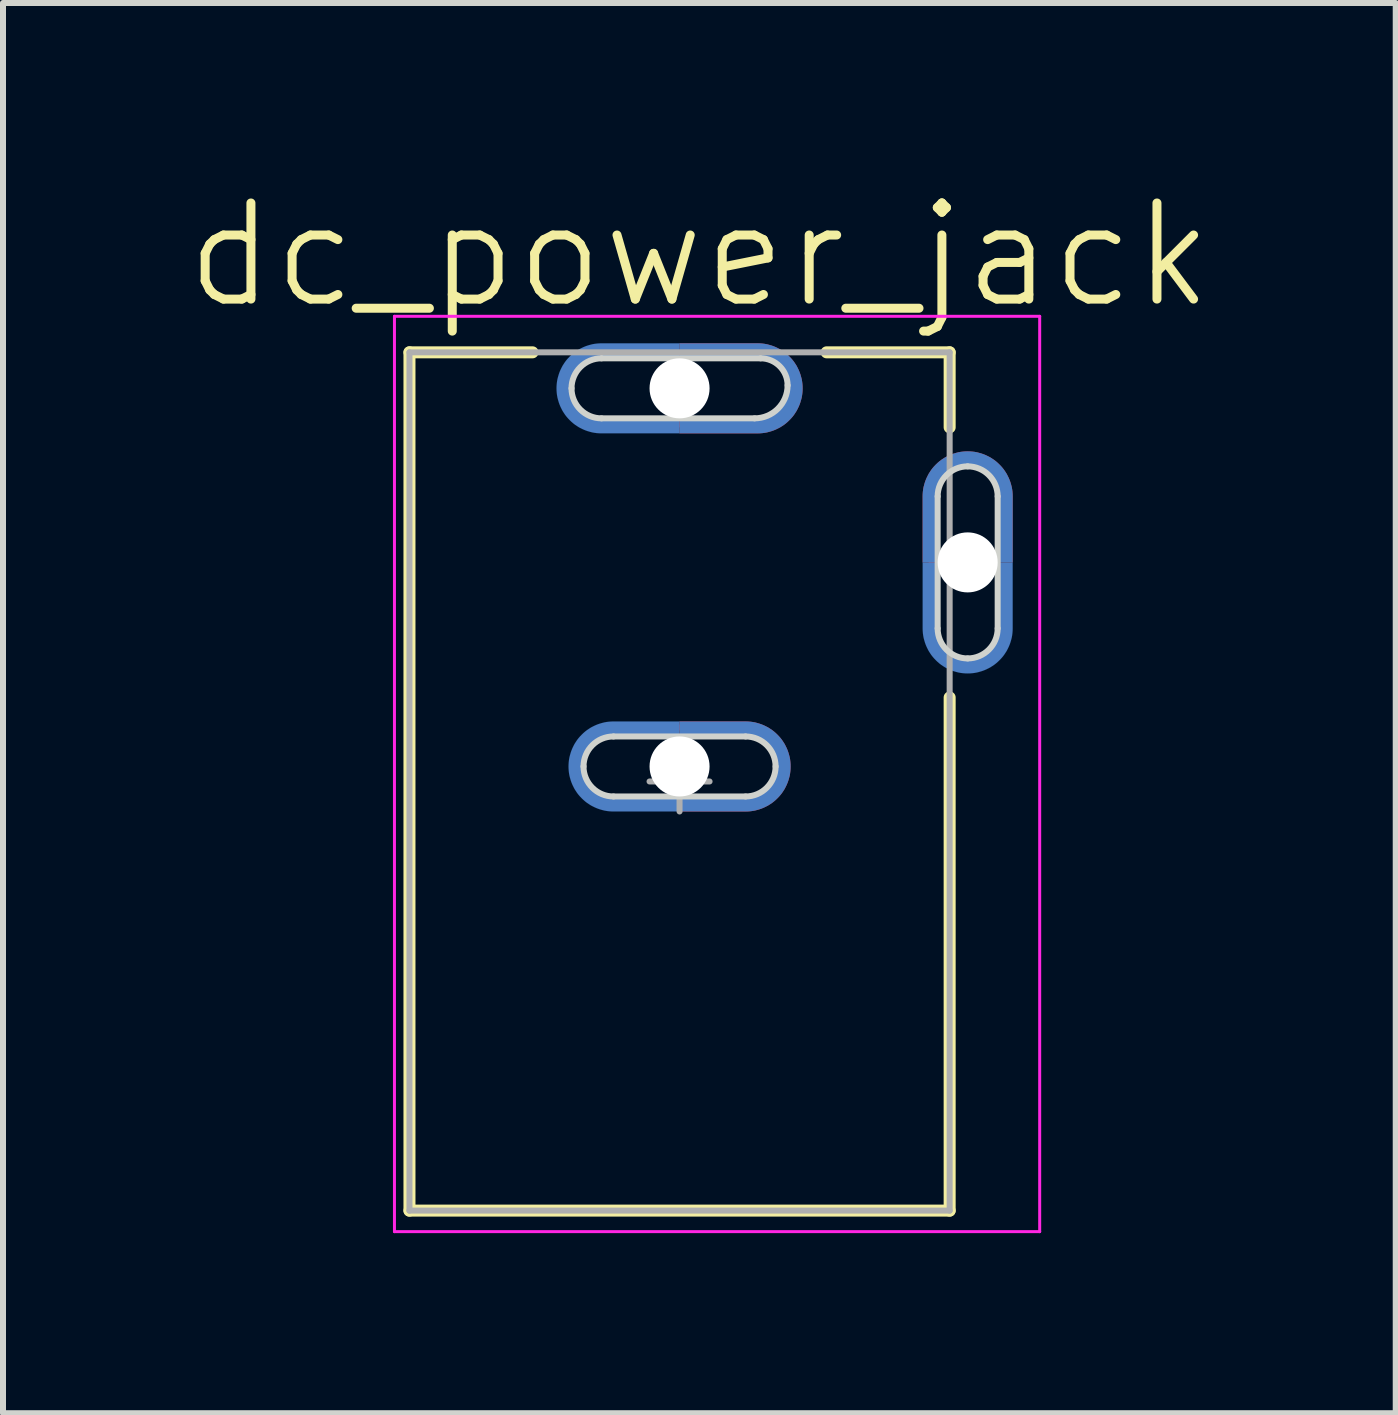
<source format=kicad_pcb>
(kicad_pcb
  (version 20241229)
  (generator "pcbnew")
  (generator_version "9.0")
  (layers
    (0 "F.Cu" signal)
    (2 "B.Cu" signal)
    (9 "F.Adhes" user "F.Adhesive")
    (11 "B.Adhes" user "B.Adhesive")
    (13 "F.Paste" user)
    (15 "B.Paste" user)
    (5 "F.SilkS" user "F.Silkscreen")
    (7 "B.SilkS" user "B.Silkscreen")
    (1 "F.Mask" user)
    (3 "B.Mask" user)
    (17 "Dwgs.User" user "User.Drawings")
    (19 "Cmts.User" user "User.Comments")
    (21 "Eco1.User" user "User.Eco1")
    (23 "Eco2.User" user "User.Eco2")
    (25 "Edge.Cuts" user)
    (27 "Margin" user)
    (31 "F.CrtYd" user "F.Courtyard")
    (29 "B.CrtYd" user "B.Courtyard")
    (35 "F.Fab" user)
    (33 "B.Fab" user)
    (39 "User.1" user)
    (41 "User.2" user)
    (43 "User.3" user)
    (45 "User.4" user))
  (footprint "dc_power_jack"
    (layer "F.Cu")
    (at 8.272 9.97)
    (property "Reference" "dc_power_jack" (at 0.33 -8.77 0) (layer "F.SilkS") (effects (font (size 1.601 1.601) (thickness 0.15))))
    (attr through_hole)
    (fp_poly (pts (xy -2.152 -7.4) (xy 2.15 -7.4) (xy 2.15 -5.706) (xy -2.152 -5.706)) (stroke (width 0.01) (type solid)) (fill yes) (layer "F.Mask"))
    (fp_poly (pts (xy -1.951 -1.1) (xy 1.95 -1.1) (xy 1.95 0.6) (xy -1.951 0.6)) (stroke (width 0.01) (type solid)) (fill yes) (layer "F.Mask"))
    (fp_poly (pts (xy 2.855 -4.5) (xy 6.75 -4.5) (xy 6.75 -2.804) (xy 2.855 -2.804)) (stroke (width 0.01) (type solid)) (fill yes) (layer "F.Mask"))
    (fp_poly (pts (xy 0 -7.05) (xy 0 -7.3) (xy -1.3 -7.3) (xy -1.339 -7.299) (xy -1.378 -7.296) (xy -1.417 -7.291) (xy -1.456 -7.284) (xy -1.494 -7.274) (xy -1.532 -7.263) (xy -1.569 -7.25) (xy -1.605 -7.235) (xy -1.64 -7.218) (xy -1.675 -7.2) (xy -1.708 -7.179) (xy -1.741 -7.157) (xy -1.772 -7.133) (xy -1.802 -7.107) (xy -1.83 -7.08) (xy -1.857 -7.052) (xy -1.883 -7.022) (xy -1.907 -6.991) (xy -1.929 -6.958) (xy -1.95 -6.925) (xy -1.968 -6.89) (xy -1.985 -6.855) (xy -2 -6.819) (xy -2.013 -6.782) (xy -2.024 -6.744) (xy -2.034 -6.706) (xy -2.041 -6.667) (xy -2.046 -6.628) (xy -2.049 -6.589) (xy -2.05 -6.55) (xy -2.049 -6.511) (xy -2.046 -6.472) (xy -2.041 -6.433) (xy -2.034 -6.394) (xy -2.024 -6.356) (xy -2.013 -6.318) (xy -2 -6.281) (xy -1.985 -6.245) (xy -1.968 -6.21) (xy -1.95 -6.175) (xy -1.929 -6.142) (xy -1.907 -6.109) (xy -1.883 -6.078) (xy -1.857 -6.048) (xy -1.83 -6.02) (xy -1.802 -5.993) (xy -1.772 -5.967) (xy -1.741 -5.943) (xy -1.708 -5.921) (xy -1.675 -5.9) (xy -1.64 -5.882) (xy -1.605 -5.865) (xy -1.569 -5.85) (xy -1.532 -5.837) (xy -1.494 -5.826) (xy -1.456 -5.816) (xy -1.417 -5.809) (xy -1.378 -5.804) (xy -1.339 -5.801) (xy -1.3 -5.8) (xy 0 -5.8) (xy 0 -6.05) (xy -1.3 -6.05) (xy -1.326 -6.051) (xy -1.352 -6.053) (xy -1.378 -6.056) (xy -1.404 -6.061) (xy -1.429 -6.067) (xy -1.455 -6.074) (xy -1.479 -6.083) (xy -1.503 -6.093) (xy -1.527 -6.104) (xy -1.55 -6.117) (xy -1.572 -6.131) (xy -1.594 -6.145) (xy -1.615 -6.161) (xy -1.635 -6.178) (xy -1.654 -6.196) (xy -1.672 -6.215) (xy -1.689 -6.235) (xy -1.705 -6.256) (xy -1.719 -6.278) (xy -1.733 -6.3) (xy -1.746 -6.323) (xy -1.757 -6.347) (xy -1.767 -6.371) (xy -1.776 -6.395) (xy -1.783 -6.421) (xy -1.789 -6.446) (xy -1.794 -6.472) (xy -1.797 -6.498) (xy -1.799 -6.524) (xy -1.8 -6.55) (xy -1.799 -6.576) (xy -1.797 -6.602) (xy -1.794 -6.628) (xy -1.789 -6.654) (xy -1.783 -6.679) (xy -1.776 -6.705) (xy -1.767 -6.729) (xy -1.757 -6.753) (xy -1.746 -6.777) (xy -1.733 -6.8) (xy -1.719 -6.822) (xy -1.705 -6.844) (xy -1.689 -6.865) (xy -1.672 -6.885) (xy -1.654 -6.904) (xy -1.635 -6.922) (xy -1.615 -6.939) (xy -1.594 -6.955) (xy -1.572 -6.969) (xy -1.55 -6.983) (xy -1.527 -6.996) (xy -1.503 -7.007) (xy -1.479 -7.017) (xy -1.455 -7.026) (xy -1.429 -7.033) (xy -1.404 -7.039) (xy -1.378 -7.044) (xy -1.352 -7.047) (xy -1.326 -7.049) (xy -1.3 -7.05) (xy 0 -7.05)) (stroke (width 0.001) (type solid)) (fill yes) (layer "B.Cu"))
    (fp_poly (pts (xy 0 -6.05) (xy 0 -5.8) (xy 1.3 -5.8) (xy 1.339 -5.801) (xy 1.378 -5.804) (xy 1.417 -5.809) (xy 1.456 -5.816) (xy 1.494 -5.826) (xy 1.532 -5.837) (xy 1.569 -5.85) (xy 1.605 -5.865) (xy 1.64 -5.882) (xy 1.675 -5.9) (xy 1.708 -5.921) (xy 1.741 -5.943) (xy 1.772 -5.967) (xy 1.802 -5.993) (xy 1.83 -6.02) (xy 1.857 -6.048) (xy 1.883 -6.078) (xy 1.907 -6.109) (xy 1.929 -6.142) (xy 1.95 -6.175) (xy 1.968 -6.21) (xy 1.985 -6.245) (xy 2 -6.281) (xy 2.013 -6.318) (xy 2.024 -6.356) (xy 2.034 -6.394) (xy 2.041 -6.433) (xy 2.046 -6.472) (xy 2.049 -6.511) (xy 2.05 -6.55) (xy 2.049 -6.589) (xy 2.046 -6.628) (xy 2.041 -6.667) (xy 2.034 -6.706) (xy 2.024 -6.744) (xy 2.013 -6.782) (xy 2 -6.819) (xy 1.985 -6.855) (xy 1.968 -6.89) (xy 1.95 -6.925) (xy 1.929 -6.958) (xy 1.907 -6.991) (xy 1.883 -7.022) (xy 1.857 -7.052) (xy 1.83 -7.08) (xy 1.802 -7.107) (xy 1.772 -7.133) (xy 1.741 -7.157) (xy 1.708 -7.179) (xy 1.675 -7.2) (xy 1.64 -7.218) (xy 1.605 -7.235) (xy 1.569 -7.25) (xy 1.532 -7.263) (xy 1.494 -7.274) (xy 1.456 -7.284) (xy 1.417 -7.291) (xy 1.378 -7.296) (xy 1.339 -7.299) (xy 1.3 -7.3) (xy 0 -7.3) (xy 0 -7.05) (xy 1.3 -7.05) (xy 1.326 -7.049) (xy 1.352 -7.047) (xy 1.378 -7.044) (xy 1.404 -7.039) (xy 1.429 -7.033) (xy 1.455 -7.026) (xy 1.479 -7.017) (xy 1.503 -7.007) (xy 1.527 -6.996) (xy 1.55 -6.983) (xy 1.572 -6.969) (xy 1.594 -6.955) (xy 1.615 -6.939) (xy 1.635 -6.922) (xy 1.654 -6.904) (xy 1.672 -6.885) (xy 1.689 -6.865) (xy 1.705 -6.844) (xy 1.719 -6.822) (xy 1.733 -6.8) (xy 1.746 -6.777) (xy 1.757 -6.753) (xy 1.767 -6.729) (xy 1.776 -6.705) (xy 1.783 -6.679) (xy 1.789 -6.654) (xy 1.794 -6.628) (xy 1.797 -6.602) (xy 1.799 -6.576) (xy 1.8 -6.55) (xy 1.799 -6.524) (xy 1.797 -6.498) (xy 1.794 -6.472) (xy 1.789 -6.446) (xy 1.783 -6.421) (xy 1.776 -6.395) (xy 1.767 -6.371) (xy 1.757 -6.347) (xy 1.746 -6.323) (xy 1.733 -6.3) (xy 1.719 -6.278) (xy 1.705 -6.256) (xy 1.689 -6.235) (xy 1.672 -6.215) (xy 1.654 -6.196) (xy 1.635 -6.178) (xy 1.615 -6.161) (xy 1.594 -6.145) (xy 1.572 -6.131) (xy 1.55 -6.117) (xy 1.527 -6.104) (xy 1.503 -6.093) (xy 1.479 -6.083) (xy 1.455 -6.074) (xy 1.429 -6.067) (xy 1.404 -6.061) (xy 1.378 -6.056) (xy 1.352 -6.053) (xy 1.326 -6.051) (xy 1.3 -6.05) (xy 0 -6.05)) (stroke (width 0.001) (type solid)) (fill yes) (layer "B.Cu"))
    (fp_poly (pts (xy 0 -0.75) (xy 0 -1) (xy -1.1 -1) (xy -1.139 -0.999) (xy -1.178 -0.996) (xy -1.217 -0.991) (xy -1.256 -0.984) (xy -1.294 -0.974) (xy -1.332 -0.963) (xy -1.369 -0.95) (xy -1.405 -0.935) (xy -1.44 -0.918) (xy -1.475 -0.9) (xy -1.508 -0.879) (xy -1.541 -0.857) (xy -1.572 -0.833) (xy -1.602 -0.807) (xy -1.63 -0.78) (xy -1.657 -0.752) (xy -1.683 -0.722) (xy -1.707 -0.691) (xy -1.729 -0.658) (xy -1.75 -0.625) (xy -1.768 -0.59) (xy -1.785 -0.555) (xy -1.8 -0.519) (xy -1.813 -0.482) (xy -1.824 -0.444) (xy -1.834 -0.406) (xy -1.841 -0.367) (xy -1.846 -0.328) (xy -1.849 -0.289) (xy -1.85 -0.25) (xy -1.849 -0.211) (xy -1.846 -0.172) (xy -1.841 -0.133) (xy -1.834 -0.094) (xy -1.824 -0.056) (xy -1.813 -0.018) (xy -1.8 0.019) (xy -1.785 0.055) (xy -1.768 0.09) (xy -1.75 0.125) (xy -1.729 0.158) (xy -1.707 0.191) (xy -1.683 0.222) (xy -1.657 0.252) (xy -1.63 0.28) (xy -1.602 0.307) (xy -1.572 0.333) (xy -1.541 0.357) (xy -1.508 0.379) (xy -1.475 0.4) (xy -1.44 0.418) (xy -1.405 0.435) (xy -1.369 0.45) (xy -1.332 0.463) (xy -1.294 0.474) (xy -1.256 0.484) (xy -1.217 0.491) (xy -1.178 0.496) (xy -1.139 0.499) (xy -1.1 0.5) (xy 0 0.5) (xy 0 0.25) (xy -1.1 0.25) (xy -1.126 0.249) (xy -1.152 0.247) (xy -1.178 0.244) (xy -1.204 0.239) (xy -1.229 0.233) (xy -1.255 0.226) (xy -1.279 0.217) (xy -1.303 0.207) (xy -1.327 0.196) (xy -1.35 0.183) (xy -1.372 0.169) (xy -1.394 0.155) (xy -1.415 0.139) (xy -1.435 0.122) (xy -1.454 0.104) (xy -1.472 0.085) (xy -1.489 0.065) (xy -1.505 0.044) (xy -1.519 0.022) (xy -1.533 0) (xy -1.546 -0.023) (xy -1.557 -0.047) (xy -1.567 -0.071) (xy -1.576 -0.095) (xy -1.583 -0.121) (xy -1.589 -0.146) (xy -1.594 -0.172) (xy -1.597 -0.198) (xy -1.599 -0.224) (xy -1.6 -0.25) (xy -1.599 -0.276) (xy -1.597 -0.302) (xy -1.594 -0.328) (xy -1.589 -0.354) (xy -1.583 -0.379) (xy -1.576 -0.405) (xy -1.567 -0.429) (xy -1.557 -0.453) (xy -1.546 -0.477) (xy -1.533 -0.5) (xy -1.519 -0.522) (xy -1.505 -0.544) (xy -1.489 -0.565) (xy -1.472 -0.585) (xy -1.454 -0.604) (xy -1.435 -0.622) (xy -1.415 -0.639) (xy -1.394 -0.655) (xy -1.372 -0.669) (xy -1.35 -0.683) (xy -1.327 -0.696) (xy -1.303 -0.707) (xy -1.279 -0.717) (xy -1.255 -0.726) (xy -1.229 -0.733) (xy -1.204 -0.739) (xy -1.178 -0.744) (xy -1.152 -0.747) (xy -1.126 -0.749) (xy -1.1 -0.75) (xy 0 -0.75)) (stroke (width 0.001) (type solid)) (fill yes) (layer "B.Cu"))
    (fp_poly (pts (xy 0 0.25) (xy 0 0.5) (xy 1.1 0.5) (xy 1.139 0.499) (xy 1.178 0.496) (xy 1.217 0.491) (xy 1.256 0.484) (xy 1.294 0.474) (xy 1.332 0.463) (xy 1.369 0.45) (xy 1.405 0.435) (xy 1.44 0.418) (xy 1.475 0.4) (xy 1.508 0.379) (xy 1.541 0.357) (xy 1.572 0.333) (xy 1.602 0.307) (xy 1.63 0.28) (xy 1.657 0.252) (xy 1.683 0.222) (xy 1.707 0.191) (xy 1.729 0.158) (xy 1.75 0.125) (xy 1.768 0.09) (xy 1.785 0.055) (xy 1.8 0.019) (xy 1.813 -0.018) (xy 1.824 -0.056) (xy 1.834 -0.094) (xy 1.841 -0.133) (xy 1.846 -0.172) (xy 1.849 -0.211) (xy 1.85 -0.25) (xy 1.849 -0.289) (xy 1.846 -0.328) (xy 1.841 -0.367) (xy 1.834 -0.406) (xy 1.824 -0.444) (xy 1.813 -0.482) (xy 1.8 -0.519) (xy 1.785 -0.555) (xy 1.768 -0.59) (xy 1.75 -0.625) (xy 1.729 -0.658) (xy 1.707 -0.691) (xy 1.683 -0.722) (xy 1.657 -0.752) (xy 1.63 -0.78) (xy 1.602 -0.807) (xy 1.572 -0.833) (xy 1.541 -0.857) (xy 1.508 -0.879) (xy 1.475 -0.9) (xy 1.44 -0.918) (xy 1.405 -0.935) (xy 1.369 -0.95) (xy 1.332 -0.963) (xy 1.294 -0.974) (xy 1.256 -0.984) (xy 1.217 -0.991) (xy 1.178 -0.996) (xy 1.139 -0.999) (xy 1.1 -1) (xy 0 -1) (xy 0 -0.75) (xy 1.1 -0.75) (xy 1.126 -0.749) (xy 1.152 -0.747) (xy 1.178 -0.744) (xy 1.204 -0.739) (xy 1.229 -0.733) (xy 1.255 -0.726) (xy 1.279 -0.717) (xy 1.303 -0.707) (xy 1.327 -0.696) (xy 1.35 -0.683) (xy 1.372 -0.669) (xy 1.394 -0.655) (xy 1.415 -0.639) (xy 1.435 -0.622) (xy 1.454 -0.604) (xy 1.472 -0.585) (xy 1.489 -0.565) (xy 1.505 -0.544) (xy 1.519 -0.522) (xy 1.533 -0.5) (xy 1.546 -0.477) (xy 1.557 -0.453) (xy 1.567 -0.429) (xy 1.576 -0.405) (xy 1.583 -0.379) (xy 1.589 -0.354) (xy 1.594 -0.328) (xy 1.597 -0.302) (xy 1.599 -0.276) (xy 1.6 -0.25) (xy 1.599 -0.224) (xy 1.597 -0.198) (xy 1.594 -0.172) (xy 1.589 -0.146) (xy 1.583 -0.121) (xy 1.576 -0.095) (xy 1.567 -0.071) (xy 1.557 -0.047) (xy 1.546 -0.023) (xy 1.533 0) (xy 1.519 0.022) (xy 1.505 0.044) (xy 1.489 0.065) (xy 1.472 0.085) (xy 1.454 0.104) (xy 1.435 0.122) (xy 1.415 0.139) (xy 1.394 0.155) (xy 1.372 0.169) (xy 1.35 0.183) (xy 1.327 0.196) (xy 1.303 0.207) (xy 1.279 0.217) (xy 1.255 0.226) (xy 1.229 0.233) (xy 1.204 0.239) (xy 1.178 0.244) (xy 1.152 0.247) (xy 1.126 0.249) (xy 1.1 0.25) (xy 0 0.25)) (stroke (width 0.001) (type solid)) (fill yes) (layer "B.Cu"))
    (fp_poly (pts (xy 4.3 -3.65) (xy 4.05 -3.65) (xy 4.05 -2.55) (xy 4.051 -2.511) (xy 4.054 -2.472) (xy 4.059 -2.433) (xy 4.066 -2.394) (xy 4.076 -2.356) (xy 4.087 -2.318) (xy 4.1 -2.281) (xy 4.115 -2.245) (xy 4.132 -2.21) (xy 4.15 -2.175) (xy 4.171 -2.142) (xy 4.193 -2.109) (xy 4.217 -2.078) (xy 4.243 -2.048) (xy 4.27 -2.02) (xy 4.298 -1.993) (xy 4.328 -1.967) (xy 4.359 -1.943) (xy 4.392 -1.921) (xy 4.425 -1.9) (xy 4.46 -1.882) (xy 4.495 -1.865) (xy 4.531 -1.85) (xy 4.568 -1.837) (xy 4.606 -1.826) (xy 4.644 -1.816) (xy 4.683 -1.809) (xy 4.722 -1.804) (xy 4.761 -1.801) (xy 4.8 -1.8) (xy 4.839 -1.801) (xy 4.878 -1.804) (xy 4.917 -1.809) (xy 4.956 -1.816) (xy 4.994 -1.826) (xy 5.032 -1.837) (xy 5.069 -1.85) (xy 5.105 -1.865) (xy 5.14 -1.882) (xy 5.175 -1.9) (xy 5.208 -1.921) (xy 5.241 -1.943) (xy 5.272 -1.967) (xy 5.302 -1.993) (xy 5.33 -2.02) (xy 5.357 -2.048) (xy 5.383 -2.078) (xy 5.407 -2.109) (xy 5.429 -2.142) (xy 5.45 -2.175) (xy 5.468 -2.21) (xy 5.485 -2.245) (xy 5.5 -2.281) (xy 5.513 -2.318) (xy 5.524 -2.356) (xy 5.534 -2.394) (xy 5.541 -2.433) (xy 5.546 -2.472) (xy 5.549 -2.511) (xy 5.55 -2.55) (xy 5.55 -3.65) (xy 5.3 -3.65) (xy 5.3 -2.55) (xy 5.299 -2.524) (xy 5.297 -2.498) (xy 5.294 -2.472) (xy 5.289 -2.446) (xy 5.283 -2.421) (xy 5.276 -2.395) (xy 5.267 -2.371) (xy 5.257 -2.347) (xy 5.246 -2.323) (xy 5.233 -2.3) (xy 5.219 -2.278) (xy 5.205 -2.256) (xy 5.189 -2.235) (xy 5.172 -2.215) (xy 5.154 -2.196) (xy 5.135 -2.178) (xy 5.115 -2.161) (xy 5.094 -2.145) (xy 5.072 -2.131) (xy 5.05 -2.117) (xy 5.027 -2.104) (xy 5.003 -2.093) (xy 4.979 -2.083) (xy 4.955 -2.074) (xy 4.929 -2.067) (xy 4.904 -2.061) (xy 4.878 -2.056) (xy 4.852 -2.053) (xy 4.826 -2.051) (xy 4.8 -2.05) (xy 4.774 -2.051) (xy 4.748 -2.053) (xy 4.722 -2.056) (xy 4.696 -2.061) (xy 4.671 -2.067) (xy 4.645 -2.074) (xy 4.621 -2.083) (xy 4.597 -2.093) (xy 4.573 -2.104) (xy 4.55 -2.117) (xy 4.528 -2.131) (xy 4.506 -2.145) (xy 4.485 -2.161) (xy 4.465 -2.178) (xy 4.446 -2.196) (xy 4.428 -2.215) (xy 4.411 -2.235) (xy 4.395 -2.256) (xy 4.381 -2.278) (xy 4.367 -2.3) (xy 4.354 -2.323) (xy 4.343 -2.347) (xy 4.333 -2.371) (xy 4.324 -2.395) (xy 4.317 -2.421) (xy 4.311 -2.446) (xy 4.306 -2.472) (xy 4.303 -2.498) (xy 4.301 -2.524) (xy 4.3 -2.55) (xy 4.3 -3.65)) (stroke (width 0.001) (type solid)) (fill yes) (layer "B.Cu"))
    (fp_poly (pts (xy 5.3 -3.65) (xy 5.55 -3.65) (xy 5.55 -4.75) (xy 5.549 -4.789) (xy 5.546 -4.828) (xy 5.541 -4.867) (xy 5.534 -4.906) (xy 5.524 -4.944) (xy 5.513 -4.982) (xy 5.5 -5.019) (xy 5.485 -5.055) (xy 5.468 -5.09) (xy 5.45 -5.125) (xy 5.429 -5.158) (xy 5.407 -5.191) (xy 5.383 -5.222) (xy 5.357 -5.252) (xy 5.33 -5.28) (xy 5.302 -5.307) (xy 5.272 -5.333) (xy 5.241 -5.357) (xy 5.208 -5.379) (xy 5.175 -5.4) (xy 5.14 -5.418) (xy 5.105 -5.435) (xy 5.069 -5.45) (xy 5.032 -5.463) (xy 4.994 -5.474) (xy 4.956 -5.484) (xy 4.917 -5.491) (xy 4.878 -5.496) (xy 4.839 -5.499) (xy 4.8 -5.5) (xy 4.761 -5.499) (xy 4.722 -5.496) (xy 4.683 -5.491) (xy 4.644 -5.484) (xy 4.606 -5.474) (xy 4.568 -5.463) (xy 4.531 -5.45) (xy 4.495 -5.435) (xy 4.46 -5.418) (xy 4.425 -5.4) (xy 4.392 -5.379) (xy 4.359 -5.357) (xy 4.328 -5.333) (xy 4.298 -5.307) (xy 4.27 -5.28) (xy 4.243 -5.252) (xy 4.217 -5.222) (xy 4.193 -5.191) (xy 4.171 -5.158) (xy 4.15 -5.125) (xy 4.132 -5.09) (xy 4.115 -5.055) (xy 4.1 -5.019) (xy 4.087 -4.982) (xy 4.076 -4.944) (xy 4.066 -4.906) (xy 4.059 -4.867) (xy 4.054 -4.828) (xy 4.051 -4.789) (xy 4.05 -4.75) (xy 4.05 -3.65) (xy 4.3 -3.65) (xy 4.3 -4.75) (xy 4.301 -4.776) (xy 4.303 -4.802) (xy 4.306 -4.828) (xy 4.311 -4.854) (xy 4.317 -4.879) (xy 4.324 -4.905) (xy 4.333 -4.929) (xy 4.343 -4.953) (xy 4.354 -4.977) (xy 4.367 -5) (xy 4.381 -5.022) (xy 4.395 -5.044) (xy 4.411 -5.065) (xy 4.428 -5.085) (xy 4.446 -5.104) (xy 4.465 -5.122) (xy 4.485 -5.139) (xy 4.506 -5.155) (xy 4.528 -5.169) (xy 4.55 -5.183) (xy 4.573 -5.196) (xy 4.597 -5.207) (xy 4.621 -5.217) (xy 4.645 -5.226) (xy 4.671 -5.233) (xy 4.696 -5.239) (xy 4.722 -5.244) (xy 4.748 -5.247) (xy 4.774 -5.249) (xy 4.8 -5.25) (xy 4.826 -5.249) (xy 4.852 -5.247) (xy 4.878 -5.244) (xy 4.904 -5.239) (xy 4.929 -5.233) (xy 4.955 -5.226) (xy 4.979 -5.217) (xy 5.003 -5.207) (xy 5.027 -5.196) (xy 5.05 -5.183) (xy 5.072 -5.169) (xy 5.094 -5.155) (xy 5.115 -5.139) (xy 5.135 -5.122) (xy 5.154 -5.104) (xy 5.172 -5.085) (xy 5.189 -5.065) (xy 5.205 -5.044) (xy 5.219 -5.022) (xy 5.233 -5) (xy 5.246 -4.977) (xy 5.257 -4.953) (xy 5.267 -4.929) (xy 5.276 -4.905) (xy 5.283 -4.879) (xy 5.289 -4.854) (xy 5.294 -4.828) (xy 5.297 -4.802) (xy 5.299 -4.776) (xy 5.3 -4.75) (xy 5.3 -3.65)) (stroke (width 0.001) (type solid)) (fill yes) (layer "B.Cu"))
    (fp_poly (pts (xy -2.154 -7.4) (xy 2.15 -7.4) (xy 2.15 -5.71) (xy -2.154 -5.71)) (stroke (width 0.01) (type solid)) (fill yes) (layer "B.Mask"))
    (fp_poly (pts (xy -1.95 -1.1) (xy 1.95 -1.1) (xy 1.95 0.6) (xy -1.95 0.6)) (stroke (width 0.01) (type solid)) (fill yes) (layer "B.Mask"))
    (fp_poly (pts (xy 2.855 -4.5) (xy 6.75 -4.5) (xy 6.75 -2.805) (xy 2.855 -2.805)) (stroke (width 0.01) (type solid)) (fill yes) (layer "B.Mask"))
    (fp_line (start -4.5 -7.15) (end -4.5 7.15) (stroke (width 0.2) (type solid)) (layer "F.SilkS"))
    (fp_line (start -4.5 7.15) (end 4.5 7.15) (stroke (width 0.2) (type solid)) (layer "F.SilkS"))
    (fp_line (start -2.45 -7.15) (end -4.5 -7.15) (stroke (width 0.2) (type solid)) (layer "F.SilkS"))
    (fp_line (start 2.45 -7.15) (end 4.5 -7.15) (stroke (width 0.2) (type solid)) (layer "F.SilkS"))
    (fp_line (start 4.5 -7.15) (end 4.5 -5.9) (stroke (width 0.2) (type solid)) (layer "F.SilkS"))
    (fp_line (start 4.5 7.15) (end 4.5 -1.4) (stroke (width 0.2) (type solid)) (layer "F.SilkS"))
    (fp_poly (pts (xy 0 -7.05) (xy 0 -7.3) (xy -1.3 -7.3) (xy -1.339 -7.299) (xy -1.378 -7.296) (xy -1.417 -7.291) (xy -1.456 -7.284) (xy -1.494 -7.274) (xy -1.532 -7.263) (xy -1.569 -7.25) (xy -1.605 -7.235) (xy -1.64 -7.218) (xy -1.675 -7.2) (xy -1.708 -7.179) (xy -1.741 -7.157) (xy -1.772 -7.133) (xy -1.802 -7.107) (xy -1.83 -7.08) (xy -1.857 -7.052) (xy -1.883 -7.022) (xy -1.907 -6.991) (xy -1.929 -6.958) (xy -1.95 -6.925) (xy -1.968 -6.89) (xy -1.985 -6.855) (xy -2 -6.819) (xy -2.013 -6.782) (xy -2.024 -6.744) (xy -2.034 -6.706) (xy -2.041 -6.667) (xy -2.046 -6.628) (xy -2.049 -6.589) (xy -2.05 -6.55) (xy -2.049 -6.511) (xy -2.046 -6.472) (xy -2.041 -6.433) (xy -2.034 -6.394) (xy -2.024 -6.356) (xy -2.013 -6.318) (xy -2 -6.281) (xy -1.985 -6.245) (xy -1.968 -6.21) (xy -1.95 -6.175) (xy -1.929 -6.142) (xy -1.907 -6.109) (xy -1.883 -6.078) (xy -1.857 -6.048) (xy -1.83 -6.02) (xy -1.802 -5.993) (xy -1.772 -5.967) (xy -1.741 -5.943) (xy -1.708 -5.921) (xy -1.675 -5.9) (xy -1.64 -5.882) (xy -1.605 -5.865) (xy -1.569 -5.85) (xy -1.532 -5.837) (xy -1.494 -5.826) (xy -1.456 -5.816) (xy -1.417 -5.809) (xy -1.378 -5.804) (xy -1.339 -5.801) (xy -1.3 -5.8) (xy 0 -5.8) (xy 0 -6.05) (xy -1.3 -6.05) (xy -1.326 -6.051) (xy -1.352 -6.053) (xy -1.378 -6.056) (xy -1.404 -6.061) (xy -1.429 -6.067) (xy -1.455 -6.074) (xy -1.479 -6.083) (xy -1.503 -6.093) (xy -1.527 -6.104) (xy -1.55 -6.117) (xy -1.572 -6.131) (xy -1.594 -6.145) (xy -1.615 -6.161) (xy -1.635 -6.178) (xy -1.654 -6.196) (xy -1.672 -6.215) (xy -1.689 -6.235) (xy -1.705 -6.256) (xy -1.719 -6.278) (xy -1.733 -6.3) (xy -1.746 -6.323) (xy -1.757 -6.347) (xy -1.767 -6.371) (xy -1.776 -6.395) (xy -1.783 -6.421) (xy -1.789 -6.446) (xy -1.794 -6.472) (xy -1.797 -6.498) (xy -1.799 -6.524) (xy -1.8 -6.55) (xy -1.799 -6.576) (xy -1.797 -6.602) (xy -1.794 -6.628) (xy -1.789 -6.654) (xy -1.783 -6.679) (xy -1.776 -6.705) (xy -1.767 -6.729) (xy -1.757 -6.753) (xy -1.746 -6.777) (xy -1.733 -6.8) (xy -1.719 -6.822) (xy -1.705 -6.844) (xy -1.689 -6.865) (xy -1.672 -6.885) (xy -1.654 -6.904) (xy -1.635 -6.922) (xy -1.615 -6.939) (xy -1.594 -6.955) (xy -1.572 -6.969) (xy -1.55 -6.983) (xy -1.527 -6.996) (xy -1.503 -7.007) (xy -1.479 -7.017) (xy -1.455 -7.026) (xy -1.429 -7.033) (xy -1.404 -7.039) (xy -1.378 -7.044) (xy -1.352 -7.047) (xy -1.326 -7.049) (xy -1.3 -7.05) (xy 0 -7.05)) (stroke (width 0.001) (type solid)) (fill yes) (layer "F.Paste"))
    (fp_poly (pts (xy 0 -6.05) (xy 0 -5.8) (xy 1.3 -5.8) (xy 1.339 -5.801) (xy 1.378 -5.804) (xy 1.417 -5.809) (xy 1.456 -5.816) (xy 1.494 -5.826) (xy 1.532 -5.837) (xy 1.569 -5.85) (xy 1.605 -5.865) (xy 1.64 -5.882) (xy 1.675 -5.9) (xy 1.708 -5.921) (xy 1.741 -5.943) (xy 1.772 -5.967) (xy 1.802 -5.993) (xy 1.83 -6.02) (xy 1.857 -6.048) (xy 1.883 -6.078) (xy 1.907 -6.109) (xy 1.929 -6.142) (xy 1.95 -6.175) (xy 1.968 -6.21) (xy 1.985 -6.245) (xy 2 -6.281) (xy 2.013 -6.318) (xy 2.024 -6.356) (xy 2.034 -6.394) (xy 2.041 -6.433) (xy 2.046 -6.472) (xy 2.049 -6.511) (xy 2.05 -6.55) (xy 2.049 -6.589) (xy 2.046 -6.628) (xy 2.041 -6.667) (xy 2.034 -6.706) (xy 2.024 -6.744) (xy 2.013 -6.782) (xy 2 -6.819) (xy 1.985 -6.855) (xy 1.968 -6.89) (xy 1.95 -6.925) (xy 1.929 -6.958) (xy 1.907 -6.991) (xy 1.883 -7.022) (xy 1.857 -7.052) (xy 1.83 -7.08) (xy 1.802 -7.107) (xy 1.772 -7.133) (xy 1.741 -7.157) (xy 1.708 -7.179) (xy 1.675 -7.2) (xy 1.64 -7.218) (xy 1.605 -7.235) (xy 1.569 -7.25) (xy 1.532 -7.263) (xy 1.494 -7.274) (xy 1.456 -7.284) (xy 1.417 -7.291) (xy 1.378 -7.296) (xy 1.339 -7.299) (xy 1.3 -7.3) (xy 0 -7.3) (xy 0 -7.05) (xy 1.3 -7.05) (xy 1.326 -7.049) (xy 1.352 -7.047) (xy 1.378 -7.044) (xy 1.404 -7.039) (xy 1.429 -7.033) (xy 1.455 -7.026) (xy 1.479 -7.017) (xy 1.503 -7.007) (xy 1.527 -6.996) (xy 1.55 -6.983) (xy 1.572 -6.969) (xy 1.594 -6.955) (xy 1.615 -6.939) (xy 1.635 -6.922) (xy 1.654 -6.904) (xy 1.672 -6.885) (xy 1.689 -6.865) (xy 1.705 -6.844) (xy 1.719 -6.822) (xy 1.733 -6.8) (xy 1.746 -6.777) (xy 1.757 -6.753) (xy 1.767 -6.729) (xy 1.776 -6.705) (xy 1.783 -6.679) (xy 1.789 -6.654) (xy 1.794 -6.628) (xy 1.797 -6.602) (xy 1.799 -6.576) (xy 1.8 -6.55) (xy 1.799 -6.524) (xy 1.797 -6.498) (xy 1.794 -6.472) (xy 1.789 -6.446) (xy 1.783 -6.421) (xy 1.776 -6.395) (xy 1.767 -6.371) (xy 1.757 -6.347) (xy 1.746 -6.323) (xy 1.733 -6.3) (xy 1.719 -6.278) (xy 1.705 -6.256) (xy 1.689 -6.235) (xy 1.672 -6.215) (xy 1.654 -6.196) (xy 1.635 -6.178) (xy 1.615 -6.161) (xy 1.594 -6.145) (xy 1.572 -6.131) (xy 1.55 -6.117) (xy 1.527 -6.104) (xy 1.503 -6.093) (xy 1.479 -6.083) (xy 1.455 -6.074) (xy 1.429 -6.067) (xy 1.404 -6.061) (xy 1.378 -6.056) (xy 1.352 -6.053) (xy 1.326 -6.051) (xy 1.3 -6.05) (xy 0 -6.05)) (stroke (width 0.001) (type solid)) (fill yes) (layer "F.Paste"))
    (fp_poly (pts (xy 0 -0.75) (xy 0 -1) (xy -1.1 -1) (xy -1.139 -0.999) (xy -1.178 -0.996) (xy -1.217 -0.991) (xy -1.256 -0.984) (xy -1.294 -0.974) (xy -1.332 -0.963) (xy -1.369 -0.95) (xy -1.405 -0.935) (xy -1.44 -0.918) (xy -1.475 -0.9) (xy -1.508 -0.879) (xy -1.541 -0.857) (xy -1.572 -0.833) (xy -1.602 -0.807) (xy -1.63 -0.78) (xy -1.657 -0.752) (xy -1.683 -0.722) (xy -1.707 -0.691) (xy -1.729 -0.658) (xy -1.75 -0.625) (xy -1.768 -0.59) (xy -1.785 -0.555) (xy -1.8 -0.519) (xy -1.813 -0.482) (xy -1.824 -0.444) (xy -1.834 -0.406) (xy -1.841 -0.367) (xy -1.846 -0.328) (xy -1.849 -0.289) (xy -1.85 -0.25) (xy -1.849 -0.211) (xy -1.846 -0.172) (xy -1.841 -0.133) (xy -1.834 -0.094) (xy -1.824 -0.056) (xy -1.813 -0.018) (xy -1.8 0.019) (xy -1.785 0.055) (xy -1.768 0.09) (xy -1.75 0.125) (xy -1.729 0.158) (xy -1.707 0.191) (xy -1.683 0.222) (xy -1.657 0.252) (xy -1.63 0.28) (xy -1.602 0.307) (xy -1.572 0.333) (xy -1.541 0.357) (xy -1.508 0.379) (xy -1.475 0.4) (xy -1.44 0.418) (xy -1.405 0.435) (xy -1.369 0.45) (xy -1.332 0.463) (xy -1.294 0.474) (xy -1.256 0.484) (xy -1.217 0.491) (xy -1.178 0.496) (xy -1.139 0.499) (xy -1.1 0.5) (xy 0 0.5) (xy 0 0.25) (xy -1.1 0.25) (xy -1.126 0.249) (xy -1.152 0.247) (xy -1.178 0.244) (xy -1.204 0.239) (xy -1.229 0.233) (xy -1.255 0.226) (xy -1.279 0.217) (xy -1.303 0.207) (xy -1.327 0.196) (xy -1.35 0.183) (xy -1.372 0.169) (xy -1.394 0.155) (xy -1.415 0.139) (xy -1.435 0.122) (xy -1.454 0.104) (xy -1.472 0.085) (xy -1.489 0.065) (xy -1.505 0.044) (xy -1.519 0.022) (xy -1.533 0) (xy -1.546 -0.023) (xy -1.557 -0.047) (xy -1.567 -0.071) (xy -1.576 -0.095) (xy -1.583 -0.121) (xy -1.589 -0.146) (xy -1.594 -0.172) (xy -1.597 -0.198) (xy -1.599 -0.224) (xy -1.6 -0.25) (xy -1.599 -0.276) (xy -1.597 -0.302) (xy -1.594 -0.328) (xy -1.589 -0.354) (xy -1.583 -0.379) (xy -1.576 -0.405) (xy -1.567 -0.429) (xy -1.557 -0.453) (xy -1.546 -0.477) (xy -1.533 -0.5) (xy -1.519 -0.522) (xy -1.505 -0.544) (xy -1.489 -0.565) (xy -1.472 -0.585) (xy -1.454 -0.604) (xy -1.435 -0.622) (xy -1.415 -0.639) (xy -1.394 -0.655) (xy -1.372 -0.669) (xy -1.35 -0.683) (xy -1.327 -0.696) (xy -1.303 -0.707) (xy -1.279 -0.717) (xy -1.255 -0.726) (xy -1.229 -0.733) (xy -1.204 -0.739) (xy -1.178 -0.744) (xy -1.152 -0.747) (xy -1.126 -0.749) (xy -1.1 -0.75) (xy 0 -0.75)) (stroke (width 0.001) (type solid)) (fill yes) (layer "F.Paste"))
    (fp_poly (pts (xy 0 0.25) (xy 0 0.5) (xy 1.1 0.5) (xy 1.139 0.499) (xy 1.178 0.496) (xy 1.217 0.491) (xy 1.256 0.484) (xy 1.294 0.474) (xy 1.332 0.463) (xy 1.369 0.45) (xy 1.405 0.435) (xy 1.44 0.418) (xy 1.475 0.4) (xy 1.508 0.379) (xy 1.541 0.357) (xy 1.572 0.333) (xy 1.602 0.307) (xy 1.63 0.28) (xy 1.657 0.252) (xy 1.683 0.222) (xy 1.707 0.191) (xy 1.729 0.158) (xy 1.75 0.125) (xy 1.768 0.09) (xy 1.785 0.055) (xy 1.8 0.019) (xy 1.813 -0.018) (xy 1.824 -0.056) (xy 1.834 -0.094) (xy 1.841 -0.133) (xy 1.846 -0.172) (xy 1.849 -0.211) (xy 1.85 -0.25) (xy 1.849 -0.289) (xy 1.846 -0.328) (xy 1.841 -0.367) (xy 1.834 -0.406) (xy 1.824 -0.444) (xy 1.813 -0.482) (xy 1.8 -0.519) (xy 1.785 -0.555) (xy 1.768 -0.59) (xy 1.75 -0.625) (xy 1.729 -0.658) (xy 1.707 -0.691) (xy 1.683 -0.722) (xy 1.657 -0.752) (xy 1.63 -0.78) (xy 1.602 -0.807) (xy 1.572 -0.833) (xy 1.541 -0.857) (xy 1.508 -0.879) (xy 1.475 -0.9) (xy 1.44 -0.918) (xy 1.405 -0.935) (xy 1.369 -0.95) (xy 1.332 -0.963) (xy 1.294 -0.974) (xy 1.256 -0.984) (xy 1.217 -0.991) (xy 1.178 -0.996) (xy 1.139 -0.999) (xy 1.1 -1) (xy 0 -1) (xy 0 -0.75) (xy 1.1 -0.75) (xy 1.126 -0.749) (xy 1.152 -0.747) (xy 1.178 -0.744) (xy 1.204 -0.739) (xy 1.229 -0.733) (xy 1.255 -0.726) (xy 1.279 -0.717) (xy 1.303 -0.707) (xy 1.327 -0.696) (xy 1.35 -0.683) (xy 1.372 -0.669) (xy 1.394 -0.655) (xy 1.415 -0.639) (xy 1.435 -0.622) (xy 1.454 -0.604) (xy 1.472 -0.585) (xy 1.489 -0.565) (xy 1.505 -0.544) (xy 1.519 -0.522) (xy 1.533 -0.5) (xy 1.546 -0.477) (xy 1.557 -0.453) (xy 1.567 -0.429) (xy 1.576 -0.405) (xy 1.583 -0.379) (xy 1.589 -0.354) (xy 1.594 -0.328) (xy 1.597 -0.302) (xy 1.599 -0.276) (xy 1.6 -0.25) (xy 1.599 -0.224) (xy 1.597 -0.198) (xy 1.594 -0.172) (xy 1.589 -0.146) (xy 1.583 -0.121) (xy 1.576 -0.095) (xy 1.567 -0.071) (xy 1.557 -0.047) (xy 1.546 -0.023) (xy 1.533 0) (xy 1.519 0.022) (xy 1.505 0.044) (xy 1.489 0.065) (xy 1.472 0.085) (xy 1.454 0.104) (xy 1.435 0.122) (xy 1.415 0.139) (xy 1.394 0.155) (xy 1.372 0.169) (xy 1.35 0.183) (xy 1.327 0.196) (xy 1.303 0.207) (xy 1.279 0.217) (xy 1.255 0.226) (xy 1.229 0.233) (xy 1.204 0.239) (xy 1.178 0.244) (xy 1.152 0.247) (xy 1.126 0.249) (xy 1.1 0.25) (xy 0 0.25)) (stroke (width 0.001) (type solid)) (fill yes) (layer "F.Paste"))
    (fp_poly (pts (xy 4.3 -3.65) (xy 4.05 -3.65) (xy 4.05 -2.55) (xy 4.051 -2.511) (xy 4.054 -2.472) (xy 4.059 -2.433) (xy 4.066 -2.394) (xy 4.076 -2.356) (xy 4.087 -2.318) (xy 4.1 -2.281) (xy 4.115 -2.245) (xy 4.132 -2.21) (xy 4.15 -2.175) (xy 4.171 -2.142) (xy 4.193 -2.109) (xy 4.217 -2.078) (xy 4.243 -2.048) (xy 4.27 -2.02) (xy 4.298 -1.993) (xy 4.328 -1.967) (xy 4.359 -1.943) (xy 4.392 -1.921) (xy 4.425 -1.9) (xy 4.46 -1.882) (xy 4.495 -1.865) (xy 4.531 -1.85) (xy 4.568 -1.837) (xy 4.606 -1.826) (xy 4.644 -1.816) (xy 4.683 -1.809) (xy 4.722 -1.804) (xy 4.761 -1.801) (xy 4.8 -1.8) (xy 4.839 -1.801) (xy 4.878 -1.804) (xy 4.917 -1.809) (xy 4.956 -1.816) (xy 4.994 -1.826) (xy 5.032 -1.837) (xy 5.069 -1.85) (xy 5.105 -1.865) (xy 5.14 -1.882) (xy 5.175 -1.9) (xy 5.208 -1.921) (xy 5.241 -1.943) (xy 5.272 -1.967) (xy 5.302 -1.993) (xy 5.33 -2.02) (xy 5.357 -2.048) (xy 5.383 -2.078) (xy 5.407 -2.109) (xy 5.429 -2.142) (xy 5.45 -2.175) (xy 5.468 -2.21) (xy 5.485 -2.245) (xy 5.5 -2.281) (xy 5.513 -2.318) (xy 5.524 -2.356) (xy 5.534 -2.394) (xy 5.541 -2.433) (xy 5.546 -2.472) (xy 5.549 -2.511) (xy 5.55 -2.55) (xy 5.55 -3.65) (xy 5.3 -3.65) (xy 5.3 -2.55) (xy 5.299 -2.524) (xy 5.297 -2.498) (xy 5.294 -2.472) (xy 5.289 -2.446) (xy 5.283 -2.421) (xy 5.276 -2.395) (xy 5.267 -2.371) (xy 5.257 -2.347) (xy 5.246 -2.323) (xy 5.233 -2.3) (xy 5.219 -2.278) (xy 5.205 -2.256) (xy 5.189 -2.235) (xy 5.172 -2.215) (xy 5.154 -2.196) (xy 5.135 -2.178) (xy 5.115 -2.161) (xy 5.094 -2.145) (xy 5.072 -2.131) (xy 5.05 -2.117) (xy 5.027 -2.104) (xy 5.003 -2.093) (xy 4.979 -2.083) (xy 4.955 -2.074) (xy 4.929 -2.067) (xy 4.904 -2.061) (xy 4.878 -2.056) (xy 4.852 -2.053) (xy 4.826 -2.051) (xy 4.8 -2.05) (xy 4.774 -2.051) (xy 4.748 -2.053) (xy 4.722 -2.056) (xy 4.696 -2.061) (xy 4.671 -2.067) (xy 4.645 -2.074) (xy 4.621 -2.083) (xy 4.597 -2.093) (xy 4.573 -2.104) (xy 4.55 -2.117) (xy 4.528 -2.131) (xy 4.506 -2.145) (xy 4.485 -2.161) (xy 4.465 -2.178) (xy 4.446 -2.196) (xy 4.428 -2.215) (xy 4.411 -2.235) (xy 4.395 -2.256) (xy 4.381 -2.278) (xy 4.367 -2.3) (xy 4.354 -2.323) (xy 4.343 -2.347) (xy 4.333 -2.371) (xy 4.324 -2.395) (xy 4.317 -2.421) (xy 4.311 -2.446) (xy 4.306 -2.472) (xy 4.303 -2.498) (xy 4.301 -2.524) (xy 4.3 -2.55) (xy 4.3 -3.65)) (stroke (width 0.001) (type solid)) (fill yes) (layer "F.Paste"))
    (fp_poly (pts (xy 5.3 -3.65) (xy 5.55 -3.65) (xy 5.55 -4.75) (xy 5.549 -4.789) (xy 5.546 -4.828) (xy 5.541 -4.867) (xy 5.534 -4.906) (xy 5.524 -4.944) (xy 5.513 -4.982) (xy 5.5 -5.019) (xy 5.485 -5.055) (xy 5.468 -5.09) (xy 5.45 -5.125) (xy 5.429 -5.158) (xy 5.407 -5.191) (xy 5.383 -5.222) (xy 5.357 -5.252) (xy 5.33 -5.28) (xy 5.302 -5.307) (xy 5.272 -5.333) (xy 5.241 -5.357) (xy 5.208 -5.379) (xy 5.175 -5.4) (xy 5.14 -5.418) (xy 5.105 -5.435) (xy 5.069 -5.45) (xy 5.032 -5.463) (xy 4.994 -5.474) (xy 4.956 -5.484) (xy 4.917 -5.491) (xy 4.878 -5.496) (xy 4.839 -5.499) (xy 4.8 -5.5) (xy 4.761 -5.499) (xy 4.722 -5.496) (xy 4.683 -5.491) (xy 4.644 -5.484) (xy 4.606 -5.474) (xy 4.568 -5.463) (xy 4.531 -5.45) (xy 4.495 -5.435) (xy 4.46 -5.418) (xy 4.425 -5.4) (xy 4.392 -5.379) (xy 4.359 -5.357) (xy 4.328 -5.333) (xy 4.298 -5.307) (xy 4.27 -5.28) (xy 4.243 -5.252) (xy 4.217 -5.222) (xy 4.193 -5.191) (xy 4.171 -5.158) (xy 4.15 -5.125) (xy 4.132 -5.09) (xy 4.115 -5.055) (xy 4.1 -5.019) (xy 4.087 -4.982) (xy 4.076 -4.944) (xy 4.066 -4.906) (xy 4.059 -4.867) (xy 4.054 -4.828) (xy 4.051 -4.789) (xy 4.05 -4.75) (xy 4.05 -3.65) (xy 4.3 -3.65) (xy 4.3 -4.75) (xy 4.301 -4.776) (xy 4.303 -4.802) (xy 4.306 -4.828) (xy 4.311 -4.854) (xy 4.317 -4.879) (xy 4.324 -4.905) (xy 4.333 -4.929) (xy 4.343 -4.953) (xy 4.354 -4.977) (xy 4.367 -5) (xy 4.381 -5.022) (xy 4.395 -5.044) (xy 4.411 -5.065) (xy 4.428 -5.085) (xy 4.446 -5.104) (xy 4.465 -5.122) (xy 4.485 -5.139) (xy 4.506 -5.155) (xy 4.528 -5.169) (xy 4.55 -5.183) (xy 4.573 -5.196) (xy 4.597 -5.207) (xy 4.621 -5.217) (xy 4.645 -5.226) (xy 4.671 -5.233) (xy 4.696 -5.239) (xy 4.722 -5.244) (xy 4.748 -5.247) (xy 4.774 -5.249) (xy 4.8 -5.25) (xy 4.826 -5.249) (xy 4.852 -5.247) (xy 4.878 -5.244) (xy 4.904 -5.239) (xy 4.929 -5.233) (xy 4.955 -5.226) (xy 4.979 -5.217) (xy 5.003 -5.207) (xy 5.027 -5.196) (xy 5.05 -5.183) (xy 5.072 -5.169) (xy 5.094 -5.155) (xy 5.115 -5.139) (xy 5.135 -5.122) (xy 5.154 -5.104) (xy 5.172 -5.085) (xy 5.189 -5.065) (xy 5.205 -5.044) (xy 5.219 -5.022) (xy 5.233 -5) (xy 5.246 -4.977) (xy 5.257 -4.953) (xy 5.267 -4.929) (xy 5.276 -4.905) (xy 5.283 -4.879) (xy 5.289 -4.854) (xy 5.294 -4.828) (xy 5.297 -4.802) (xy 5.299 -4.776) (xy 5.3 -4.75) (xy 5.3 -3.65)) (stroke (width 0.001) (type solid)) (fill yes) (layer "F.Paste"))
    (fp_poly (pts (xy 0 -7.05) (xy 0 -7.3) (xy -1.3 -7.3) (xy -1.339 -7.299) (xy -1.378 -7.296) (xy -1.417 -7.291) (xy -1.456 -7.284) (xy -1.494 -7.274) (xy -1.532 -7.263) (xy -1.569 -7.25) (xy -1.605 -7.235) (xy -1.64 -7.218) (xy -1.675 -7.2) (xy -1.708 -7.179) (xy -1.741 -7.157) (xy -1.772 -7.133) (xy -1.802 -7.107) (xy -1.83 -7.08) (xy -1.857 -7.052) (xy -1.883 -7.022) (xy -1.907 -6.991) (xy -1.929 -6.958) (xy -1.95 -6.925) (xy -1.968 -6.89) (xy -1.985 -6.855) (xy -2 -6.819) (xy -2.013 -6.782) (xy -2.024 -6.744) (xy -2.034 -6.706) (xy -2.041 -6.667) (xy -2.046 -6.628) (xy -2.049 -6.589) (xy -2.05 -6.55) (xy -2.049 -6.511) (xy -2.046 -6.472) (xy -2.041 -6.433) (xy -2.034 -6.394) (xy -2.024 -6.356) (xy -2.013 -6.318) (xy -2 -6.281) (xy -1.985 -6.245) (xy -1.968 -6.21) (xy -1.95 -6.175) (xy -1.929 -6.142) (xy -1.907 -6.109) (xy -1.883 -6.078) (xy -1.857 -6.048) (xy -1.83 -6.02) (xy -1.802 -5.993) (xy -1.772 -5.967) (xy -1.741 -5.943) (xy -1.708 -5.921) (xy -1.675 -5.9) (xy -1.64 -5.882) (xy -1.605 -5.865) (xy -1.569 -5.85) (xy -1.532 -5.837) (xy -1.494 -5.826) (xy -1.456 -5.816) (xy -1.417 -5.809) (xy -1.378 -5.804) (xy -1.339 -5.801) (xy -1.3 -5.8) (xy 0 -5.8) (xy 0 -6.05) (xy -1.3 -6.05) (xy -1.326 -6.051) (xy -1.352 -6.053) (xy -1.378 -6.056) (xy -1.404 -6.061) (xy -1.429 -6.067) (xy -1.455 -6.074) (xy -1.479 -6.083) (xy -1.503 -6.093) (xy -1.527 -6.104) (xy -1.55 -6.117) (xy -1.572 -6.131) (xy -1.594 -6.145) (xy -1.615 -6.161) (xy -1.635 -6.178) (xy -1.654 -6.196) (xy -1.672 -6.215) (xy -1.689 -6.235) (xy -1.705 -6.256) (xy -1.719 -6.278) (xy -1.733 -6.3) (xy -1.746 -6.323) (xy -1.757 -6.347) (xy -1.767 -6.371) (xy -1.776 -6.395) (xy -1.783 -6.421) (xy -1.789 -6.446) (xy -1.794 -6.472) (xy -1.797 -6.498) (xy -1.799 -6.524) (xy -1.8 -6.55) (xy -1.799 -6.576) (xy -1.797 -6.602) (xy -1.794 -6.628) (xy -1.789 -6.654) (xy -1.783 -6.679) (xy -1.776 -6.705) (xy -1.767 -6.729) (xy -1.757 -6.753) (xy -1.746 -6.777) (xy -1.733 -6.8) (xy -1.719 -6.822) (xy -1.705 -6.844) (xy -1.689 -6.865) (xy -1.672 -6.885) (xy -1.654 -6.904) (xy -1.635 -6.922) (xy -1.615 -6.939) (xy -1.594 -6.955) (xy -1.572 -6.969) (xy -1.55 -6.983) (xy -1.527 -6.996) (xy -1.503 -7.007) (xy -1.479 -7.017) (xy -1.455 -7.026) (xy -1.429 -7.033) (xy -1.404 -7.039) (xy -1.378 -7.044) (xy -1.352 -7.047) (xy -1.326 -7.049) (xy -1.3 -7.05) (xy 0 -7.05)) (stroke (width 0.001) (type solid)) (fill yes) (layer "B.Paste"))
    (fp_poly (pts (xy 0 -6.05) (xy 0 -5.8) (xy 1.3 -5.8) (xy 1.339 -5.801) (xy 1.378 -5.804) (xy 1.417 -5.809) (xy 1.456 -5.816) (xy 1.494 -5.826) (xy 1.532 -5.837) (xy 1.569 -5.85) (xy 1.605 -5.865) (xy 1.64 -5.882) (xy 1.675 -5.9) (xy 1.708 -5.921) (xy 1.741 -5.943) (xy 1.772 -5.967) (xy 1.802 -5.993) (xy 1.83 -6.02) (xy 1.857 -6.048) (xy 1.883 -6.078) (xy 1.907 -6.109) (xy 1.929 -6.142) (xy 1.95 -6.175) (xy 1.968 -6.21) (xy 1.985 -6.245) (xy 2 -6.281) (xy 2.013 -6.318) (xy 2.024 -6.356) (xy 2.034 -6.394) (xy 2.041 -6.433) (xy 2.046 -6.472) (xy 2.049 -6.511) (xy 2.05 -6.55) (xy 2.049 -6.589) (xy 2.046 -6.628) (xy 2.041 -6.667) (xy 2.034 -6.706) (xy 2.024 -6.744) (xy 2.013 -6.782) (xy 2 -6.819) (xy 1.985 -6.855) (xy 1.968 -6.89) (xy 1.95 -6.925) (xy 1.929 -6.958) (xy 1.907 -6.991) (xy 1.883 -7.022) (xy 1.857 -7.052) (xy 1.83 -7.08) (xy 1.802 -7.107) (xy 1.772 -7.133) (xy 1.741 -7.157) (xy 1.708 -7.179) (xy 1.675 -7.2) (xy 1.64 -7.218) (xy 1.605 -7.235) (xy 1.569 -7.25) (xy 1.532 -7.263) (xy 1.494 -7.274) (xy 1.456 -7.284) (xy 1.417 -7.291) (xy 1.378 -7.296) (xy 1.339 -7.299) (xy 1.3 -7.3) (xy 0 -7.3) (xy 0 -7.05) (xy 1.3 -7.05) (xy 1.326 -7.049) (xy 1.352 -7.047) (xy 1.378 -7.044) (xy 1.404 -7.039) (xy 1.429 -7.033) (xy 1.455 -7.026) (xy 1.479 -7.017) (xy 1.503 -7.007) (xy 1.527 -6.996) (xy 1.55 -6.983) (xy 1.572 -6.969) (xy 1.594 -6.955) (xy 1.615 -6.939) (xy 1.635 -6.922) (xy 1.654 -6.904) (xy 1.672 -6.885) (xy 1.689 -6.865) (xy 1.705 -6.844) (xy 1.719 -6.822) (xy 1.733 -6.8) (xy 1.746 -6.777) (xy 1.757 -6.753) (xy 1.767 -6.729) (xy 1.776 -6.705) (xy 1.783 -6.679) (xy 1.789 -6.654) (xy 1.794 -6.628) (xy 1.797 -6.602) (xy 1.799 -6.576) (xy 1.8 -6.55) (xy 1.799 -6.524) (xy 1.797 -6.498) (xy 1.794 -6.472) (xy 1.789 -6.446) (xy 1.783 -6.421) (xy 1.776 -6.395) (xy 1.767 -6.371) (xy 1.757 -6.347) (xy 1.746 -6.323) (xy 1.733 -6.3) (xy 1.719 -6.278) (xy 1.705 -6.256) (xy 1.689 -6.235) (xy 1.672 -6.215) (xy 1.654 -6.196) (xy 1.635 -6.178) (xy 1.615 -6.161) (xy 1.594 -6.145) (xy 1.572 -6.131) (xy 1.55 -6.117) (xy 1.527 -6.104) (xy 1.503 -6.093) (xy 1.479 -6.083) (xy 1.455 -6.074) (xy 1.429 -6.067) (xy 1.404 -6.061) (xy 1.378 -6.056) (xy 1.352 -6.053) (xy 1.326 -6.051) (xy 1.3 -6.05) (xy 0 -6.05)) (stroke (width 0.001) (type solid)) (fill yes) (layer "B.Paste"))
    (fp_poly (pts (xy 0 -0.75) (xy 0 -1) (xy -1.1 -1) (xy -1.139 -0.999) (xy -1.178 -0.996) (xy -1.217 -0.991) (xy -1.256 -0.984) (xy -1.294 -0.974) (xy -1.332 -0.963) (xy -1.369 -0.95) (xy -1.405 -0.935) (xy -1.44 -0.918) (xy -1.475 -0.9) (xy -1.508 -0.879) (xy -1.541 -0.857) (xy -1.572 -0.833) (xy -1.602 -0.807) (xy -1.63 -0.78) (xy -1.657 -0.752) (xy -1.683 -0.722) (xy -1.707 -0.691) (xy -1.729 -0.658) (xy -1.75 -0.625) (xy -1.768 -0.59) (xy -1.785 -0.555) (xy -1.8 -0.519) (xy -1.813 -0.482) (xy -1.824 -0.444) (xy -1.834 -0.406) (xy -1.841 -0.367) (xy -1.846 -0.328) (xy -1.849 -0.289) (xy -1.85 -0.25) (xy -1.849 -0.211) (xy -1.846 -0.172) (xy -1.841 -0.133) (xy -1.834 -0.094) (xy -1.824 -0.056) (xy -1.813 -0.018) (xy -1.8 0.019) (xy -1.785 0.055) (xy -1.768 0.09) (xy -1.75 0.125) (xy -1.729 0.158) (xy -1.707 0.191) (xy -1.683 0.222) (xy -1.657 0.252) (xy -1.63 0.28) (xy -1.602 0.307) (xy -1.572 0.333) (xy -1.541 0.357) (xy -1.508 0.379) (xy -1.475 0.4) (xy -1.44 0.418) (xy -1.405 0.435) (xy -1.369 0.45) (xy -1.332 0.463) (xy -1.294 0.474) (xy -1.256 0.484) (xy -1.217 0.491) (xy -1.178 0.496) (xy -1.139 0.499) (xy -1.1 0.5) (xy 0 0.5) (xy 0 0.25) (xy -1.1 0.25) (xy -1.126 0.249) (xy -1.152 0.247) (xy -1.178 0.244) (xy -1.204 0.239) (xy -1.229 0.233) (xy -1.255 0.226) (xy -1.279 0.217) (xy -1.303 0.207) (xy -1.327 0.196) (xy -1.35 0.183) (xy -1.372 0.169) (xy -1.394 0.155) (xy -1.415 0.139) (xy -1.435 0.122) (xy -1.454 0.104) (xy -1.472 0.085) (xy -1.489 0.065) (xy -1.505 0.044) (xy -1.519 0.022) (xy -1.533 0) (xy -1.546 -0.023) (xy -1.557 -0.047) (xy -1.567 -0.071) (xy -1.576 -0.095) (xy -1.583 -0.121) (xy -1.589 -0.146) (xy -1.594 -0.172) (xy -1.597 -0.198) (xy -1.599 -0.224) (xy -1.6 -0.25) (xy -1.599 -0.276) (xy -1.597 -0.302) (xy -1.594 -0.328) (xy -1.589 -0.354) (xy -1.583 -0.379) (xy -1.576 -0.405) (xy -1.567 -0.429) (xy -1.557 -0.453) (xy -1.546 -0.477) (xy -1.533 -0.5) (xy -1.519 -0.522) (xy -1.505 -0.544) (xy -1.489 -0.565) (xy -1.472 -0.585) (xy -1.454 -0.604) (xy -1.435 -0.622) (xy -1.415 -0.639) (xy -1.394 -0.655) (xy -1.372 -0.669) (xy -1.35 -0.683) (xy -1.327 -0.696) (xy -1.303 -0.707) (xy -1.279 -0.717) (xy -1.255 -0.726) (xy -1.229 -0.733) (xy -1.204 -0.739) (xy -1.178 -0.744) (xy -1.152 -0.747) (xy -1.126 -0.749) (xy -1.1 -0.75) (xy 0 -0.75)) (stroke (width 0.001) (type solid)) (fill yes) (layer "B.Paste"))
    (fp_poly (pts (xy 0 0.25) (xy 0 0.5) (xy 1.1 0.5) (xy 1.139 0.499) (xy 1.178 0.496) (xy 1.217 0.491) (xy 1.256 0.484) (xy 1.294 0.474) (xy 1.332 0.463) (xy 1.369 0.45) (xy 1.405 0.435) (xy 1.44 0.418) (xy 1.475 0.4) (xy 1.508 0.379) (xy 1.541 0.357) (xy 1.572 0.333) (xy 1.602 0.307) (xy 1.63 0.28) (xy 1.657 0.252) (xy 1.683 0.222) (xy 1.707 0.191) (xy 1.729 0.158) (xy 1.75 0.125) (xy 1.768 0.09) (xy 1.785 0.055) (xy 1.8 0.019) (xy 1.813 -0.018) (xy 1.824 -0.056) (xy 1.834 -0.094) (xy 1.841 -0.133) (xy 1.846 -0.172) (xy 1.849 -0.211) (xy 1.85 -0.25) (xy 1.849 -0.289) (xy 1.846 -0.328) (xy 1.841 -0.367) (xy 1.834 -0.406) (xy 1.824 -0.444) (xy 1.813 -0.482) (xy 1.8 -0.519) (xy 1.785 -0.555) (xy 1.768 -0.59) (xy 1.75 -0.625) (xy 1.729 -0.658) (xy 1.707 -0.691) (xy 1.683 -0.722) (xy 1.657 -0.752) (xy 1.63 -0.78) (xy 1.602 -0.807) (xy 1.572 -0.833) (xy 1.541 -0.857) (xy 1.508 -0.879) (xy 1.475 -0.9) (xy 1.44 -0.918) (xy 1.405 -0.935) (xy 1.369 -0.95) (xy 1.332 -0.963) (xy 1.294 -0.974) (xy 1.256 -0.984) (xy 1.217 -0.991) (xy 1.178 -0.996) (xy 1.139 -0.999) (xy 1.1 -1) (xy 0 -1) (xy 0 -0.75) (xy 1.1 -0.75) (xy 1.126 -0.749) (xy 1.152 -0.747) (xy 1.178 -0.744) (xy 1.204 -0.739) (xy 1.229 -0.733) (xy 1.255 -0.726) (xy 1.279 -0.717) (xy 1.303 -0.707) (xy 1.327 -0.696) (xy 1.35 -0.683) (xy 1.372 -0.669) (xy 1.394 -0.655) (xy 1.415 -0.639) (xy 1.435 -0.622) (xy 1.454 -0.604) (xy 1.472 -0.585) (xy 1.489 -0.565) (xy 1.505 -0.544) (xy 1.519 -0.522) (xy 1.533 -0.5) (xy 1.546 -0.477) (xy 1.557 -0.453) (xy 1.567 -0.429) (xy 1.576 -0.405) (xy 1.583 -0.379) (xy 1.589 -0.354) (xy 1.594 -0.328) (xy 1.597 -0.302) (xy 1.599 -0.276) (xy 1.6 -0.25) (xy 1.599 -0.224) (xy 1.597 -0.198) (xy 1.594 -0.172) (xy 1.589 -0.146) (xy 1.583 -0.121) (xy 1.576 -0.095) (xy 1.567 -0.071) (xy 1.557 -0.047) (xy 1.546 -0.023) (xy 1.533 0) (xy 1.519 0.022) (xy 1.505 0.044) (xy 1.489 0.065) (xy 1.472 0.085) (xy 1.454 0.104) (xy 1.435 0.122) (xy 1.415 0.139) (xy 1.394 0.155) (xy 1.372 0.169) (xy 1.35 0.183) (xy 1.327 0.196) (xy 1.303 0.207) (xy 1.279 0.217) (xy 1.255 0.226) (xy 1.229 0.233) (xy 1.204 0.239) (xy 1.178 0.244) (xy 1.152 0.247) (xy 1.126 0.249) (xy 1.1 0.25) (xy 0 0.25)) (stroke (width 0.001) (type solid)) (fill yes) (layer "B.Paste"))
    (fp_poly (pts (xy 4.3 -3.65) (xy 4.05 -3.65) (xy 4.05 -2.55) (xy 4.051 -2.511) (xy 4.054 -2.472) (xy 4.059 -2.433) (xy 4.066 -2.394) (xy 4.076 -2.356) (xy 4.087 -2.318) (xy 4.1 -2.281) (xy 4.115 -2.245) (xy 4.132 -2.21) (xy 4.15 -2.175) (xy 4.171 -2.142) (xy 4.193 -2.109) (xy 4.217 -2.078) (xy 4.243 -2.048) (xy 4.27 -2.02) (xy 4.298 -1.993) (xy 4.328 -1.967) (xy 4.359 -1.943) (xy 4.392 -1.921) (xy 4.425 -1.9) (xy 4.46 -1.882) (xy 4.495 -1.865) (xy 4.531 -1.85) (xy 4.568 -1.837) (xy 4.606 -1.826) (xy 4.644 -1.816) (xy 4.683 -1.809) (xy 4.722 -1.804) (xy 4.761 -1.801) (xy 4.8 -1.8) (xy 4.839 -1.801) (xy 4.878 -1.804) (xy 4.917 -1.809) (xy 4.956 -1.816) (xy 4.994 -1.826) (xy 5.032 -1.837) (xy 5.069 -1.85) (xy 5.105 -1.865) (xy 5.14 -1.882) (xy 5.175 -1.9) (xy 5.208 -1.921) (xy 5.241 -1.943) (xy 5.272 -1.967) (xy 5.302 -1.993) (xy 5.33 -2.02) (xy 5.357 -2.048) (xy 5.383 -2.078) (xy 5.407 -2.109) (xy 5.429 -2.142) (xy 5.45 -2.175) (xy 5.468 -2.21) (xy 5.485 -2.245) (xy 5.5 -2.281) (xy 5.513 -2.318) (xy 5.524 -2.356) (xy 5.534 -2.394) (xy 5.541 -2.433) (xy 5.546 -2.472) (xy 5.549 -2.511) (xy 5.55 -2.55) (xy 5.55 -3.65) (xy 5.3 -3.65) (xy 5.3 -2.55) (xy 5.299 -2.524) (xy 5.297 -2.498) (xy 5.294 -2.472) (xy 5.289 -2.446) (xy 5.283 -2.421) (xy 5.276 -2.395) (xy 5.267 -2.371) (xy 5.257 -2.347) (xy 5.246 -2.323) (xy 5.233 -2.3) (xy 5.219 -2.278) (xy 5.205 -2.256) (xy 5.189 -2.235) (xy 5.172 -2.215) (xy 5.154 -2.196) (xy 5.135 -2.178) (xy 5.115 -2.161) (xy 5.094 -2.145) (xy 5.072 -2.131) (xy 5.05 -2.117) (xy 5.027 -2.104) (xy 5.003 -2.093) (xy 4.979 -2.083) (xy 4.955 -2.074) (xy 4.929 -2.067) (xy 4.904 -2.061) (xy 4.878 -2.056) (xy 4.852 -2.053) (xy 4.826 -2.051) (xy 4.8 -2.05) (xy 4.774 -2.051) (xy 4.748 -2.053) (xy 4.722 -2.056) (xy 4.696 -2.061) (xy 4.671 -2.067) (xy 4.645 -2.074) (xy 4.621 -2.083) (xy 4.597 -2.093) (xy 4.573 -2.104) (xy 4.55 -2.117) (xy 4.528 -2.131) (xy 4.506 -2.145) (xy 4.485 -2.161) (xy 4.465 -2.178) (xy 4.446 -2.196) (xy 4.428 -2.215) (xy 4.411 -2.235) (xy 4.395 -2.256) (xy 4.381 -2.278) (xy 4.367 -2.3) (xy 4.354 -2.323) (xy 4.343 -2.347) (xy 4.333 -2.371) (xy 4.324 -2.395) (xy 4.317 -2.421) (xy 4.311 -2.446) (xy 4.306 -2.472) (xy 4.303 -2.498) (xy 4.301 -2.524) (xy 4.3 -2.55) (xy 4.3 -3.65)) (stroke (width 0.001) (type solid)) (fill yes) (layer "B.Paste"))
    (fp_poly (pts (xy 5.3 -3.65) (xy 5.55 -3.65) (xy 5.55 -4.75) (xy 5.549 -4.789) (xy 5.546 -4.828) (xy 5.541 -4.867) (xy 5.534 -4.906) (xy 5.524 -4.944) (xy 5.513 -4.982) (xy 5.5 -5.019) (xy 5.485 -5.055) (xy 5.468 -5.09) (xy 5.45 -5.125) (xy 5.429 -5.158) (xy 5.407 -5.191) (xy 5.383 -5.222) (xy 5.357 -5.252) (xy 5.33 -5.28) (xy 5.302 -5.307) (xy 5.272 -5.333) (xy 5.241 -5.357) (xy 5.208 -5.379) (xy 5.175 -5.4) (xy 5.14 -5.418) (xy 5.105 -5.435) (xy 5.069 -5.45) (xy 5.032 -5.463) (xy 4.994 -5.474) (xy 4.956 -5.484) (xy 4.917 -5.491) (xy 4.878 -5.496) (xy 4.839 -5.499) (xy 4.8 -5.5) (xy 4.761 -5.499) (xy 4.722 -5.496) (xy 4.683 -5.491) (xy 4.644 -5.484) (xy 4.606 -5.474) (xy 4.568 -5.463) (xy 4.531 -5.45) (xy 4.495 -5.435) (xy 4.46 -5.418) (xy 4.425 -5.4) (xy 4.392 -5.379) (xy 4.359 -5.357) (xy 4.328 -5.333) (xy 4.298 -5.307) (xy 4.27 -5.28) (xy 4.243 -5.252) (xy 4.217 -5.222) (xy 4.193 -5.191) (xy 4.171 -5.158) (xy 4.15 -5.125) (xy 4.132 -5.09) (xy 4.115 -5.055) (xy 4.1 -5.019) (xy 4.087 -4.982) (xy 4.076 -4.944) (xy 4.066 -4.906) (xy 4.059 -4.867) (xy 4.054 -4.828) (xy 4.051 -4.789) (xy 4.05 -4.75) (xy 4.05 -3.65) (xy 4.3 -3.65) (xy 4.3 -4.75) (xy 4.301 -4.776) (xy 4.303 -4.802) (xy 4.306 -4.828) (xy 4.311 -4.854) (xy 4.317 -4.879) (xy 4.324 -4.905) (xy 4.333 -4.929) (xy 4.343 -4.953) (xy 4.354 -4.977) (xy 4.367 -5) (xy 4.381 -5.022) (xy 4.395 -5.044) (xy 4.411 -5.065) (xy 4.428 -5.085) (xy 4.446 -5.104) (xy 4.465 -5.122) (xy 4.485 -5.139) (xy 4.506 -5.155) (xy 4.528 -5.169) (xy 4.55 -5.183) (xy 4.573 -5.196) (xy 4.597 -5.207) (xy 4.621 -5.217) (xy 4.645 -5.226) (xy 4.671 -5.233) (xy 4.696 -5.239) (xy 4.722 -5.244) (xy 4.748 -5.247) (xy 4.774 -5.249) (xy 4.8 -5.25) (xy 4.826 -5.249) (xy 4.852 -5.247) (xy 4.878 -5.244) (xy 4.904 -5.239) (xy 4.929 -5.233) (xy 4.955 -5.226) (xy 4.979 -5.217) (xy 5.003 -5.207) (xy 5.027 -5.196) (xy 5.05 -5.183) (xy 5.072 -5.169) (xy 5.094 -5.155) (xy 5.115 -5.139) (xy 5.135 -5.122) (xy 5.154 -5.104) (xy 5.172 -5.085) (xy 5.189 -5.065) (xy 5.205 -5.044) (xy 5.219 -5.022) (xy 5.233 -5) (xy 5.246 -4.977) (xy 5.257 -4.953) (xy 5.267 -4.929) (xy 5.276 -4.905) (xy 5.283 -4.879) (xy 5.289 -4.854) (xy 5.294 -4.828) (xy 5.297 -4.802) (xy 5.299 -4.776) (xy 5.3 -4.75) (xy 5.3 -3.65)) (stroke (width 0.001) (type solid)) (fill yes) (layer "B.Paste"))
    (fp_line (start -1.3 -6.05) (end 1.25 -6.05) (stroke (width 0.1) (type solid)) (layer "Edge.Cuts"))
    (fp_line (start -1.1 0.25) (end 1.1 0.25) (stroke (width 0.1) (type solid)) (layer "Edge.Cuts"))
    (fp_line (start 1.1 -0.75) (end -1.1 -0.75) (stroke (width 0.1) (type solid)) (layer "Edge.Cuts"))
    (fp_line (start 1.35 -7.05) (end -1.3 -7.05) (stroke (width 0.1) (type solid)) (layer "Edge.Cuts"))
    (fp_line (start 4.3 -4.75) (end 4.3 -2.55) (stroke (width 0.1) (type solid)) (layer "Edge.Cuts"))
    (fp_line (start 5.3 -2.55) (end 5.3 -4.75) (stroke (width 0.1) (type solid)) (layer "Edge.Cuts"))
    (fp_arc (start -1.8 -6.55) (mid -1.653553 -6.903553) (end -1.3 -7.05) (stroke (width 0.1) (type solid)) (layer "Edge.Cuts"))
    (fp_arc (start -1.6 -0.25) (mid -1.453553 -0.603553) (end -1.1 -0.75) (stroke (width 0.1) (type solid)) (layer "Edge.Cuts"))
    (fp_arc (start -1.3 -6.05) (mid -1.653553 -6.196447) (end -1.8 -6.55) (stroke (width 0.1) (type solid)) (layer "Edge.Cuts"))
    (fp_arc (start -1.1 0.25) (mid -1.453553 0.103553) (end -1.6 -0.25) (stroke (width 0.1) (type solid)) (layer "Edge.Cuts"))
    (fp_arc (start 1.1 -0.75) (mid 1.453553 -0.603553) (end 1.6 -0.25) (stroke (width 0.1) (type solid)) (layer "Edge.Cuts"))
    (fp_arc (start 1.35 -7.05) (mid 1.668198 -6.918198) (end 1.8 -6.6) (stroke (width 0.1) (type solid)) (layer "Edge.Cuts"))
    (fp_arc (start 1.6 -0.25) (mid 1.453553 0.103553) (end 1.1 0.25) (stroke (width 0.1) (type solid)) (layer "Edge.Cuts"))
    (fp_arc (start 1.8 -6.6) (mid 1.638909 -6.211091) (end 1.25 -6.05) (stroke (width 0.1) (type solid)) (layer "Edge.Cuts"))
    (fp_arc (start 4.3 -4.75) (mid 4.446447 -5.103553) (end 4.8 -5.25) (stroke (width 0.1) (type solid)) (layer "Edge.Cuts"))
    (fp_arc (start 4.8 -5.25) (mid 5.153553 -5.103553) (end 5.3 -4.75) (stroke (width 0.1) (type solid)) (layer "Edge.Cuts"))
    (fp_arc (start 4.8 -2.05) (mid 4.446447 -2.196447) (end 4.3 -2.55) (stroke (width 0.1) (type solid)) (layer "Edge.Cuts"))
    (fp_arc (start 5.3 -2.55) (mid 5.153553 -2.196447) (end 4.8 -2.05) (stroke (width 0.1) (type solid)) (layer "Edge.Cuts"))
    (fp_line (start -4.75 -7.75) (end 6 -7.75) (stroke (width 0.05) (type solid)) (layer "F.CrtYd"))
    (fp_line (start -4.75 7.5) (end -4.75 -7.75) (stroke (width 0.05) (type solid)) (layer "F.CrtYd"))
    (fp_line (start 6 -7.75) (end 6 7.5) (stroke (width 0.05) (type solid)) (layer "F.CrtYd"))
    (fp_line (start 6 7.5) (end -4.75 7.5) (stroke (width 0.05) (type solid)) (layer "F.CrtYd"))
    (fp_line (start -4.5 -7.15) (end 4.5 -7.15) (stroke (width 0.1) (type solid)) (layer "F.Fab"))
    (fp_line (start -4.5 7.15) (end -4.5 -7.15) (stroke (width 0.1) (type solid)) (layer "F.Fab"))
    (fp_line (start -4.5 7.15) (end 4.5 7.15) (stroke (width 0.1) (type solid)) (layer "F.Fab"))
    (fp_line (start -0.5 0) (end 0.5 0) (stroke (width 0.1) (type solid)) (layer "F.Fab"))
    (fp_line (start 0 0.5) (end 0 -0.5) (stroke (width 0.1) (type solid)) (layer "F.Fab"))
    (fp_line (start 4.5 7.15) (end 4.5 -7.15) (stroke (width 0.1) (type solid)) (layer "F.Fab"))
    (pad "" np_thru_hole circle (at 0 -6.55) (size 1 1) (drill 1) (layers "*.Cu" "*.Mask"))
    (pad "" np_thru_hole circle (at 0 -0.25) (size 1 1) (drill 1) (layers "*.Cu" "*.Mask"))
    (pad "" np_thru_hole circle (at 4.8 -3.65) (size 1 1) (drill 1) (layers "*.Cu" "*.Mask"))
    (pad "1" smd custom (at 0 -5.95) (size 0.1 0.1) (layers "F.Cu") (options (anchor rect)) (primitives (gr_poly (pts (xy 0 -0.1) (xy 0 0.15) (xy 1.3 0.15) (xy 1.339 0.149) (xy 1.378 0.146) (xy 1.417 0.141) (xy 1.456 0.134) (xy 1.494 0.124) (xy 1.532 0.113) (xy 1.569 0.1) (xy 1.605 0.085) (xy 1.64 0.068) (xy 1.675 0.05) (xy 1.708 0.029) (xy 1.741 0.007) (xy 1.772 -0.017) (xy 1.802 -0.043) (xy 1.83 -0.07) (xy 1.857 -0.098) (xy 1.883 -0.128) (xy 1.907 -0.159) (xy 1.929 -0.192) (xy 1.95 -0.225) (xy 1.968 -0.26) (xy 1.985 -0.295) (xy 2 -0.331) (xy 2.013 -0.368) (xy 2.024 -0.406) (xy 2.034 -0.444) (xy 2.041 -0.483) (xy 2.046 -0.522) (xy 2.049 -0.561) (xy 2.05 -0.6) (xy 2.049 -0.639) (xy 2.046 -0.678) (xy 2.041 -0.717) (xy 2.034 -0.756) (xy 2.024 -0.794) (xy 2.013 -0.832) (xy 2 -0.869) (xy 1.985 -0.905) (xy 1.968 -0.94) (xy 1.95 -0.975) (xy 1.929 -1.008) (xy 1.907 -1.041) (xy 1.883 -1.072) (xy 1.857 -1.102) (xy 1.83 -1.13) (xy 1.802 -1.157) (xy 1.772 -1.183) (xy 1.741 -1.207) (xy 1.708 -1.229) (xy 1.675 -1.25) (xy 1.64 -1.268) (xy 1.605 -1.285) (xy 1.569 -1.3) (xy 1.532 -1.313) (xy 1.494 -1.324) (xy 1.456 -1.334) (xy 1.417 -1.341) (xy 1.378 -1.346) (xy 1.339 -1.349) (xy 1.3 -1.35) (xy 0 -1.35) (xy 0 -1.1) (xy 1.3 -1.1) (xy 1.326 -1.099) (xy 1.352 -1.097) (xy 1.378 -1.094) (xy 1.404 -1.089) (xy 1.429 -1.083) (xy 1.455 -1.076) (xy 1.479 -1.067) (xy 1.503 -1.057) (xy 1.527 -1.046) (xy 1.55 -1.033) (xy 1.572 -1.019) (xy 1.594 -1.005) (xy 1.615 -0.989) (xy 1.635 -0.972) (xy 1.654 -0.954) (xy 1.672 -0.935) (xy 1.689 -0.915) (xy 1.705 -0.894) (xy 1.719 -0.872) (xy 1.733 -0.85) (xy 1.746 -0.827) (xy 1.757 -0.803) (xy 1.767 -0.779) (xy 1.776 -0.755) (xy 1.783 -0.729) (xy 1.789 -0.704) (xy 1.794 -0.678) (xy 1.797 -0.652) (xy 1.799 -0.626) (xy 1.8 -0.6) (xy 1.799 -0.574) (xy 1.797 -0.548) (xy 1.794 -0.522) (xy 1.789 -0.496) (xy 1.783 -0.471) (xy 1.776 -0.445) (xy 1.767 -0.421) (xy 1.757 -0.397) (xy 1.746 -0.373) (xy 1.733 -0.35) (xy 1.719 -0.328) (xy 1.705 -0.306) (xy 1.689 -0.285) (xy 1.672 -0.265) (xy 1.654 -0.246) (xy 1.635 -0.228) (xy 1.615 -0.211) (xy 1.594 -0.195) (xy 1.572 -0.181) (xy 1.55 -0.167) (xy 1.527 -0.154) (xy 1.503 -0.143) (xy 1.479 -0.133) (xy 1.455 -0.124) (xy 1.429 -0.117) (xy 1.404 -0.111) (xy 1.378 -0.106) (xy 1.352 -0.103) (xy 1.326 -0.101) (xy 1.3 -0.1) (xy 0 -0.1)) (width 0.001) (fill yes))))
    (pad "2" smd custom (at 0 -0.9) (size 0.1 0.1) (layers "F.Cu") (options (anchor rect)) (primitives (gr_poly (pts (xy 0 1.15) (xy 0 1.4) (xy 1.1 1.4) (xy 1.139 1.399) (xy 1.178 1.396) (xy 1.217 1.391) (xy 1.256 1.384) (xy 1.294 1.374) (xy 1.332 1.363) (xy 1.369 1.35) (xy 1.405 1.335) (xy 1.44 1.318) (xy 1.475 1.3) (xy 1.508 1.279) (xy 1.541 1.257) (xy 1.572 1.233) (xy 1.602 1.207) (xy 1.63 1.18) (xy 1.657 1.152) (xy 1.683 1.122) (xy 1.707 1.091) (xy 1.729 1.058) (xy 1.75 1.025) (xy 1.768 0.99) (xy 1.785 0.955) (xy 1.8 0.919) (xy 1.813 0.882) (xy 1.824 0.844) (xy 1.834 0.806) (xy 1.841 0.767) (xy 1.846 0.728) (xy 1.849 0.689) (xy 1.85 0.65) (xy 1.849 0.611) (xy 1.846 0.572) (xy 1.841 0.533) (xy 1.834 0.494) (xy 1.824 0.456) (xy 1.813 0.418) (xy 1.8 0.381) (xy 1.785 0.345) (xy 1.768 0.31) (xy 1.75 0.275) (xy 1.729 0.242) (xy 1.707 0.209) (xy 1.683 0.178) (xy 1.657 0.148) (xy 1.63 0.12) (xy 1.602 0.093) (xy 1.572 0.067) (xy 1.541 0.043) (xy 1.508 0.021) (xy 1.475 0) (xy 1.44 -0.018) (xy 1.405 -0.035) (xy 1.369 -0.05) (xy 1.332 -0.063) (xy 1.294 -0.074) (xy 1.256 -0.084) (xy 1.217 -0.091) (xy 1.178 -0.096) (xy 1.139 -0.099) (xy 1.1 -0.1) (xy 0 -0.1) (xy 0 0.15) (xy 1.1 0.15) (xy 1.126 0.151) (xy 1.152 0.153) (xy 1.178 0.156) (xy 1.204 0.161) (xy 1.229 0.167) (xy 1.255 0.174) (xy 1.279 0.183) (xy 1.303 0.193) (xy 1.327 0.204) (xy 1.35 0.217) (xy 1.372 0.231) (xy 1.394 0.245) (xy 1.415 0.261) (xy 1.435 0.278) (xy 1.454 0.296) (xy 1.472 0.315) (xy 1.489 0.335) (xy 1.505 0.356) (xy 1.519 0.378) (xy 1.533 0.4) (xy 1.546 0.423) (xy 1.557 0.447) (xy 1.567 0.471) (xy 1.576 0.495) (xy 1.583 0.521) (xy 1.589 0.546) (xy 1.594 0.572) (xy 1.597 0.598) (xy 1.599 0.624) (xy 1.6 0.65) (xy 1.599 0.676) (xy 1.597 0.702) (xy 1.594 0.728) (xy 1.589 0.754) (xy 1.583 0.779) (xy 1.576 0.805) (xy 1.567 0.829) (xy 1.557 0.853) (xy 1.546 0.877) (xy 1.533 0.9) (xy 1.519 0.922) (xy 1.505 0.944) (xy 1.489 0.965) (xy 1.472 0.985) (xy 1.454 1.004) (xy 1.435 1.022) (xy 1.415 1.039) (xy 1.394 1.055) (xy 1.372 1.069) (xy 1.35 1.083) (xy 1.327 1.096) (xy 1.303 1.107) (xy 1.279 1.117) (xy 1.255 1.126) (xy 1.229 1.133) (xy 1.204 1.139) (xy 1.178 1.144) (xy 1.152 1.147) (xy 1.126 1.149) (xy 1.1 1.15) (xy 0 1.15)) (width 0.001) (fill yes))))
    (pad "3" smd custom (at 4.2 -3.65) (size 0.1 0.1) (layers "F.Cu") (options (anchor rect)) (primitives (gr_poly (pts (xy 1.1 0) (xy 1.35 0) (xy 1.35 -1.1) (xy 1.349 -1.139) (xy 1.346 -1.178) (xy 1.341 -1.217) (xy 1.334 -1.256) (xy 1.324 -1.294) (xy 1.313 -1.332) (xy 1.3 -1.369) (xy 1.285 -1.405) (xy 1.268 -1.44) (xy 1.25 -1.475) (xy 1.229 -1.508) (xy 1.207 -1.541) (xy 1.183 -1.572) (xy 1.157 -1.602) (xy 1.13 -1.63) (xy 1.102 -1.657) (xy 1.072 -1.683) (xy 1.041 -1.707) (xy 1.008 -1.729) (xy 0.975 -1.75) (xy 0.94 -1.768) (xy 0.905 -1.785) (xy 0.869 -1.8) (xy 0.832 -1.813) (xy 0.794 -1.824) (xy 0.756 -1.834) (xy 0.717 -1.841) (xy 0.678 -1.846) (xy 0.639 -1.849) (xy 0.6 -1.85) (xy 0.561 -1.849) (xy 0.522 -1.846) (xy 0.483 -1.841) (xy 0.444 -1.834) (xy 0.406 -1.824) (xy 0.368 -1.813) (xy 0.331 -1.8) (xy 0.295 -1.785) (xy 0.26 -1.768) (xy 0.225 -1.75) (xy 0.192 -1.729) (xy 0.159 -1.707) (xy 0.128 -1.683) (xy 0.098 -1.657) (xy 0.07 -1.63) (xy 0.043 -1.602) (xy 0.017 -1.572) (xy -0.007 -1.541) (xy -0.029 -1.508) (xy -0.05 -1.475) (xy -0.068 -1.44) (xy -0.085 -1.405) (xy -0.1 -1.369) (xy -0.113 -1.332) (xy -0.124 -1.294) (xy -0.134 -1.256) (xy -0.141 -1.217) (xy -0.146 -1.178) (xy -0.149 -1.139) (xy -0.15 -1.1) (xy -0.15 0) (xy 0.1 0) (xy 0.1 -1.1) (xy 0.101 -1.126) (xy 0.103 -1.152) (xy 0.106 -1.178) (xy 0.111 -1.204) (xy 0.117 -1.229) (xy 0.124 -1.255) (xy 0.133 -1.279) (xy 0.143 -1.303) (xy 0.154 -1.327) (xy 0.167 -1.35) (xy 0.181 -1.372) (xy 0.195 -1.394) (xy 0.211 -1.415) (xy 0.228 -1.435) (xy 0.246 -1.454) (xy 0.265 -1.472) (xy 0.285 -1.489) (xy 0.306 -1.505) (xy 0.328 -1.519) (xy 0.35 -1.533) (xy 0.373 -1.546) (xy 0.397 -1.557) (xy 0.421 -1.567) (xy 0.445 -1.576) (xy 0.471 -1.583) (xy 0.496 -1.589) (xy 0.522 -1.594) (xy 0.548 -1.597) (xy 0.574 -1.599) (xy 0.6 -1.6) (xy 0.626 -1.599) (xy 0.652 -1.597) (xy 0.678 -1.594) (xy 0.704 -1.589) (xy 0.729 -1.583) (xy 0.755 -1.576) (xy 0.779 -1.567) (xy 0.803 -1.557) (xy 0.827 -1.546) (xy 0.85 -1.533) (xy 0.872 -1.519) (xy 0.894 -1.505) (xy 0.915 -1.489) (xy 0.935 -1.472) (xy 0.954 -1.454) (xy 0.972 -1.435) (xy 0.989 -1.415) (xy 1.005 -1.394) (xy 1.019 -1.372) (xy 1.033 -1.35) (xy 1.046 -1.327) (xy 1.057 -1.303) (xy 1.067 -1.279) (xy 1.076 -1.255) (xy 1.083 -1.229) (xy 1.089 -1.204) (xy 1.094 -1.178) (xy 1.097 -1.152) (xy 1.099 -1.126) (xy 1.1 -1.1) (xy 1.1 0)) (width 0.001) (fill yes)))))
  (gr_rect
    (start -3 -3)
    (end 20.204 20.495)
    (stroke (width 0.1) (type default))
    (fill no)
    (layer "Edge.Cuts")))
</source>
